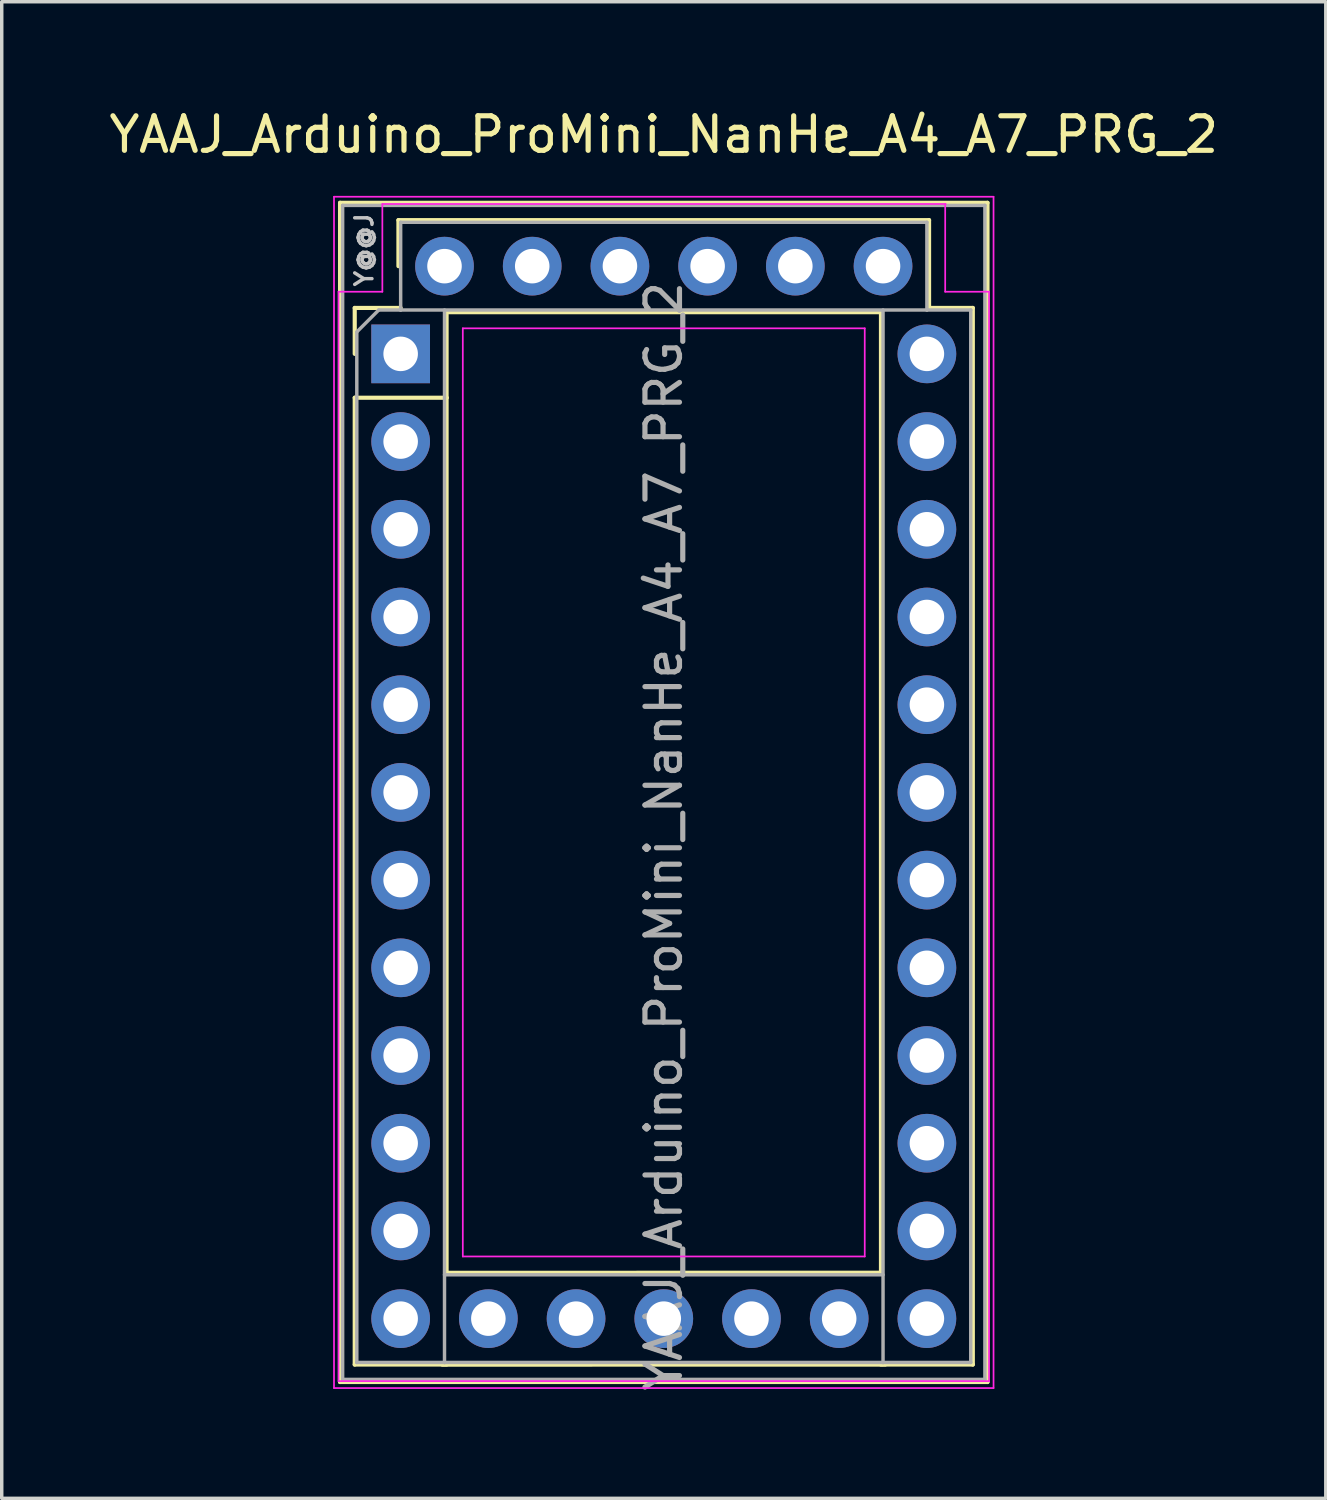
<source format=kicad_pcb>
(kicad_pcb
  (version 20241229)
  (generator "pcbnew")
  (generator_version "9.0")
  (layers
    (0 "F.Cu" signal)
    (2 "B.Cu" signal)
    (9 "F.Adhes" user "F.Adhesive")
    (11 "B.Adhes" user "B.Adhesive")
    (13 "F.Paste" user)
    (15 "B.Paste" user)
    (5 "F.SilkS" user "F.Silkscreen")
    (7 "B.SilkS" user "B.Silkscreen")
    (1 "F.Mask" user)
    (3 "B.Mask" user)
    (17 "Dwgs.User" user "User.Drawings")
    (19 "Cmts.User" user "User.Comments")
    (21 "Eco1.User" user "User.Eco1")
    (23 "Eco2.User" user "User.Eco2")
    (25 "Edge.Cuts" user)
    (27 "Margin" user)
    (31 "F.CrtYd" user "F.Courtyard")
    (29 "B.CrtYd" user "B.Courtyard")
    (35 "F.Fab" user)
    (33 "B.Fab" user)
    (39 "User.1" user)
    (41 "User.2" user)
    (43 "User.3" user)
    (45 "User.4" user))
  (footprint "YAAJ_Arduino_ProMini_NanHe_A4_A7_PRG_2"
    (layer "F.Cu")
    (at 8.553 7.198)
    (property "Reference" "YAAJ_Arduino_ProMini_NanHe_A4_A7_PRG_2" (at 7.62 -6.35 180) (layer "F.SilkS") (effects (font (size 1 1) (thickness 0.15))))
    (attr through_hole)
    (fp_line (start -1.755 -4.375) (end 16.995 -4.375) (stroke (width 0.12) (type solid)) (layer "F.SilkS"))
    (fp_line (start -1.755 29.775) (end -1.755 -4.375) (stroke (width 0.12) (type solid)) (layer "F.SilkS"))
    (fp_line (start -1.755 29.775) (end 16.995 29.775) (stroke (width 0.12) (type solid)) (layer "F.SilkS"))
    (fp_line (start -1.33 -1.33) (end 0 -1.33) (stroke (width 0.12) (type solid)) (layer "F.SilkS"))
    (fp_line (start -1.33 0) (end -1.33 -1.33) (stroke (width 0.12) (type solid)) (layer "F.SilkS"))
    (fp_line (start -1.33 1.27) (end -1.33 29.27) (stroke (width 0.12) (type solid)) (layer "F.SilkS"))
    (fp_line (start -1.33 1.27) (end 1.33 1.27) (stroke (width 0.12) (type solid)) (layer "F.SilkS"))
    (fp_line (start -1.33 29.27) (end 1.33 29.27) (stroke (width 0.12) (type solid)) (layer "F.SilkS"))
    (fp_line (start -0.064 -3.873) (end 15.303 -3.873) (stroke (width 0.12) (type solid)) (layer "F.SilkS"))
    (fp_line (start -0.064 -2.54) (end -0.064 -3.873) (stroke (width 0.12) (type solid)) (layer "F.SilkS"))
    (fp_line (start 1.206 29.273) (end 14.034 29.27) (stroke (width 0.12) (type solid)) (layer "F.SilkS"))
    (fp_line (start 1.33 1.27) (end 1.33 -1.206) (stroke (width 0.12) (type solid)) (layer "F.SilkS"))
    (fp_line (start 1.33 1.27) (end 1.33 26.613) (stroke (width 0.12) (type solid)) (layer "F.SilkS"))
    (fp_line (start 1.33 26.613) (end 13.91 26.61) (stroke (width 0.12) (type solid)) (layer "F.SilkS"))
    (fp_line (start 13.91 -1.206) (end 1.33 -1.206) (stroke (width 0.12) (type solid)) (layer "F.SilkS"))
    (fp_line (start 13.91 -1.206) (end 13.91 26.61) (stroke (width 0.12) (type solid)) (layer "F.SilkS"))
    (fp_line (start 13.91 29.27) (end 16.57 29.27) (stroke (width 0.12) (type solid)) (layer "F.SilkS"))
    (fp_line (start 15.303 -3.873) (end 15.303 -1.33) (stroke (width 0.12) (type solid)) (layer "F.SilkS"))
    (fp_line (start 15.303 -1.33) (end 16.57 -1.33) (stroke (width 0.12) (type solid)) (layer "F.SilkS"))
    (fp_line (start 16.57 -1.33) (end 16.57 29.27) (stroke (width 0.12) (type solid)) (layer "F.SilkS"))
    (fp_line (start 16.995 -4.375) (end 16.995 29.775) (stroke (width 0.12) (type solid)) (layer "F.SilkS"))
    (fp_line (start -1.93 -4.55) (end 17.17 -4.55) (stroke (width 0.05) (type solid)) (layer "F.CrtYd"))
    (fp_line (start -1.93 29.95) (end -1.93 -4.55) (stroke (width 0.05) (type solid)) (layer "F.CrtYd"))
    (fp_line (start -1.8 -1.8) (end -1.8 29.75) (stroke (width 0.05) (type solid)) (layer "F.CrtYd"))
    (fp_line (start -1.8 -1.8) (end -0.53 -1.8) (stroke (width 0.05) (type solid)) (layer "F.CrtYd"))
    (fp_line (start -1.8 29.75) (end 17.04 29.75) (stroke (width 0.05) (type solid)) (layer "F.CrtYd"))
    (fp_line (start -0.53 -4.34) (end -0.53 -1.8) (stroke (width 0.05) (type solid)) (layer "F.CrtYd"))
    (fp_line (start 1.8 -0.74) (end 13.44 -0.74) (stroke (width 0.05) (type solid)) (layer "F.CrtYd"))
    (fp_line (start 1.8 26.14) (end 1.8 -0.74) (stroke (width 0.05) (type solid)) (layer "F.CrtYd"))
    (fp_line (start 13.44 -0.74) (end 13.44 26.14) (stroke (width 0.05) (type solid)) (layer "F.CrtYd"))
    (fp_line (start 13.44 26.14) (end 1.8 26.14) (stroke (width 0.05) (type solid)) (layer "F.CrtYd"))
    (fp_line (start 15.77 -1.8) (end 15.77 -4.34) (stroke (width 0.05) (type solid)) (layer "F.CrtYd"))
    (fp_line (start 15.77 -1.8) (end 17.04 -1.8) (stroke (width 0.05) (type solid)) (layer "F.CrtYd"))
    (fp_line (start 15.784 -4.34) (end -0.53 -4.34) (stroke (width 0.05) (type solid)) (layer "F.CrtYd"))
    (fp_line (start 17.04 29.75) (end 17.04 -1.8) (stroke (width 0.05) (type solid)) (layer "F.CrtYd"))
    (fp_line (start 17.17 -4.55) (end 17.17 29.95) (stroke (width 0.05) (type solid)) (layer "F.CrtYd"))
    (fp_line (start 17.17 29.95) (end -1.93 29.95) (stroke (width 0.05) (type solid)) (layer "F.CrtYd"))
    (fp_line (start -1.68 -4.3) (end 16.92 -4.3) (stroke (width 0.1) (type solid)) (layer "F.Fab"))
    (fp_line (start -1.68 29.7) (end -1.68 -4.3) (stroke (width 0.1) (type solid)) (layer "F.Fab"))
    (fp_line (start -1.68 29.7) (end 16.92 29.7) (stroke (width 0.1) (type solid)) (layer "F.Fab"))
    (fp_line (start -1.27 -0.635) (end -0.635 -1.27) (stroke (width 0.1) (type solid)) (layer "F.Fab"))
    (fp_line (start -1.27 29.21) (end -1.27 -0.635) (stroke (width 0.1) (type solid)) (layer "F.Fab"))
    (fp_line (start -0.635 -1.27) (end 0 -1.27) (stroke (width 0.1) (type solid)) (layer "F.Fab"))
    (fp_line (start 0 -3.81) (end 15.24 -3.81) (stroke (width 0.1) (type solid)) (layer "F.Fab"))
    (fp_line (start 0 -1.27) (end 0 -3.81) (stroke (width 0.1) (type solid)) (layer "F.Fab"))
    (fp_line (start 1.27 -1.27) (end 1.27 29.21) (stroke (width 0.1) (type solid)) (layer "F.Fab"))
    (fp_line (start 1.27 26.67) (end 13.97 26.67) (stroke (width 0.1) (type solid)) (layer "F.Fab"))
    (fp_line (start 1.27 29.21) (end -1.27 29.21) (stroke (width 0.1) (type solid)) (layer "F.Fab"))
    (fp_line (start 13.97 29.21) (end 1.27 29.21) (stroke (width 0.1) (type solid)) (layer "F.Fab"))
    (fp_line (start 13.97 29.21) (end 13.97 -1.27) (stroke (width 0.1) (type solid)) (layer "F.Fab"))
    (fp_line (start 15.24 -3.81) (end 15.24 -1.27) (stroke (width 0.1) (type solid)) (layer "F.Fab"))
    (fp_line (start 15.24 -1.27) (end 0 -1.27) (stroke (width 0.1) (type solid)) (layer "F.Fab"))
    (fp_line (start 15.24 -1.27) (end 16.51 -1.27) (stroke (width 0.1) (type solid)) (layer "F.Fab"))
    (fp_line (start 16.51 -1.27) (end 16.51 29.21) (stroke (width 0.1) (type solid)) (layer "F.Fab"))
    (fp_line (start 16.51 29.21) (end 13.97 29.21) (stroke (width 0.1) (type solid)) (layer "F.Fab"))
    (fp_line (start 16.92 -4.3) (end 16.92 29.7) (stroke (width 0.1) (type solid)) (layer "F.Fab"))
    (fp_text user "Y@@J" (at -1.057 -3.012 90) (layer "Dwgs.User") (effects (font (size 0.5 0.5) (thickness 0.1))))
    (fp_text user "${REFERENCE}" (at 7.62 13.97 90) (layer "F.Fab") (effects (font (size 1 1) (thickness 0.15))))
    (pad "1" thru_hole rect (at 0 0) (size 1.7 1.7) (drill 1) (layers "*.Cu" "*.Mask"))
    (pad "2" thru_hole oval (at 0 2.54) (size 1.7 1.7) (drill 1) (layers "*.Cu" "*.Mask"))
    (pad "3" thru_hole oval (at 0 5.08) (size 1.7 1.7) (drill 1) (layers "*.Cu" "*.Mask"))
    (pad "4" thru_hole oval (at 0 7.62) (size 1.7 1.7) (drill 1) (layers "*.Cu" "*.Mask"))
    (pad "5" thru_hole oval (at 0 10.16) (size 1.7 1.7) (drill 1) (layers "*.Cu" "*.Mask"))
    (pad "6" thru_hole oval (at 0 12.7) (size 1.7 1.7) (drill 1) (layers "*.Cu" "*.Mask"))
    (pad "7" thru_hole oval (at 0 15.24) (size 1.7 1.7) (drill 1) (layers "*.Cu" "*.Mask"))
    (pad "8" thru_hole oval (at 0 17.78) (size 1.7 1.7) (drill 1) (layers "*.Cu" "*.Mask"))
    (pad "9" thru_hole oval (at 0 20.32) (size 1.7 1.7) (drill 1) (layers "*.Cu" "*.Mask"))
    (pad "10" thru_hole oval (at 0 22.86) (size 1.7 1.7) (drill 1) (layers "*.Cu" "*.Mask"))
    (pad "11" thru_hole oval (at 0 25.4) (size 1.7 1.7) (drill 1) (layers "*.Cu" "*.Mask"))
    (pad "12" thru_hole oval (at 0 27.94) (size 1.7 1.7) (drill 1) (layers "*.Cu" "*.Mask"))
    (pad "13" thru_hole circle (at 2.54 27.94 90) (size 1.7 1.7) (drill 1) (layers "*.Cu" "*.Mask"))
    (pad "14" thru_hole oval (at 5.08 27.94 90) (size 1.7 1.7) (drill 1) (layers "*.Cu" "*.Mask"))
    (pad "15" thru_hole oval (at 7.62 27.94 90) (size 1.7 1.7) (drill 1) (layers "*.Cu" "*.Mask"))
    (pad "16" thru_hole oval (at 10.16 27.94 90) (size 1.7 1.7) (drill 1) (layers "*.Cu" "*.Mask"))
    (pad "17" thru_hole oval (at 12.7 27.94 90) (size 1.7 1.7) (drill 1) (layers "*.Cu" "*.Mask"))
    (pad "18" thru_hole oval (at 15.24 27.94) (size 1.7 1.7) (drill 1) (layers "*.Cu" "*.Mask"))
    (pad "19" thru_hole oval (at 15.24 25.4) (size 1.7 1.7) (drill 1) (layers "*.Cu" "*.Mask"))
    (pad "20" thru_hole oval (at 15.24 22.86) (size 1.7 1.7) (drill 1) (layers "*.Cu" "*.Mask"))
    (pad "21" thru_hole oval (at 15.24 20.32) (size 1.7 1.7) (drill 1) (layers "*.Cu" "*.Mask"))
    (pad "22" thru_hole oval (at 15.24 17.78) (size 1.7 1.7) (drill 1) (layers "*.Cu" "*.Mask"))
    (pad "23" thru_hole oval (at 15.24 15.24) (size 1.7 1.7) (drill 1) (layers "*.Cu" "*.Mask"))
    (pad "24" thru_hole oval (at 15.24 12.7) (size 1.7 1.7) (drill 1) (layers "*.Cu" "*.Mask"))
    (pad "25" thru_hole oval (at 15.24 10.16) (size 1.7 1.7) (drill 1) (layers "*.Cu" "*.Mask"))
    (pad "26" thru_hole oval (at 15.24 7.62) (size 1.7 1.7) (drill 1) (layers "*.Cu" "*.Mask"))
    (pad "27" thru_hole oval (at 15.24 5.08) (size 1.7 1.7) (drill 1) (layers "*.Cu" "*.Mask"))
    (pad "28" thru_hole oval (at 15.24 2.54) (size 1.7 1.7) (drill 1) (layers "*.Cu" "*.Mask"))
    (pad "29" thru_hole circle (at 15.24 0) (size 1.7 1.7) (drill 1) (layers "*.Cu" "*.Mask"))
    (pad "30" thru_hole oval (at 13.97 -2.54 90) (size 1.7 1.7) (drill 1) (layers "*.Cu" "*.Mask"))
    (pad "31" thru_hole oval (at 11.43 -2.54 90) (size 1.7 1.7) (drill 1) (layers "*.Cu" "*.Mask"))
    (pad "32" thru_hole oval (at 8.89 -2.54 90) (size 1.7 1.7) (drill 1) (layers "*.Cu" "*.Mask"))
    (pad "33" thru_hole oval (at 6.35 -2.54 90) (size 1.7 1.7) (drill 1) (layers "*.Cu" "*.Mask"))
    (pad "34" thru_hole oval (at 3.81 -2.54 90) (size 1.7 1.7) (drill 1) (layers "*.Cu" "*.Mask"))
    (pad "35" thru_hole circle (at 1.27 -2.54 90) (size 1.7 1.7) (drill 1) (layers "*.Cu" "*.Mask")))
  (gr_rect
    (start -3 -3)
    (end 35.345 40.341)
    (stroke (width 0.1) (type default))
    (fill no)
    (layer "Edge.Cuts")))
</source>
